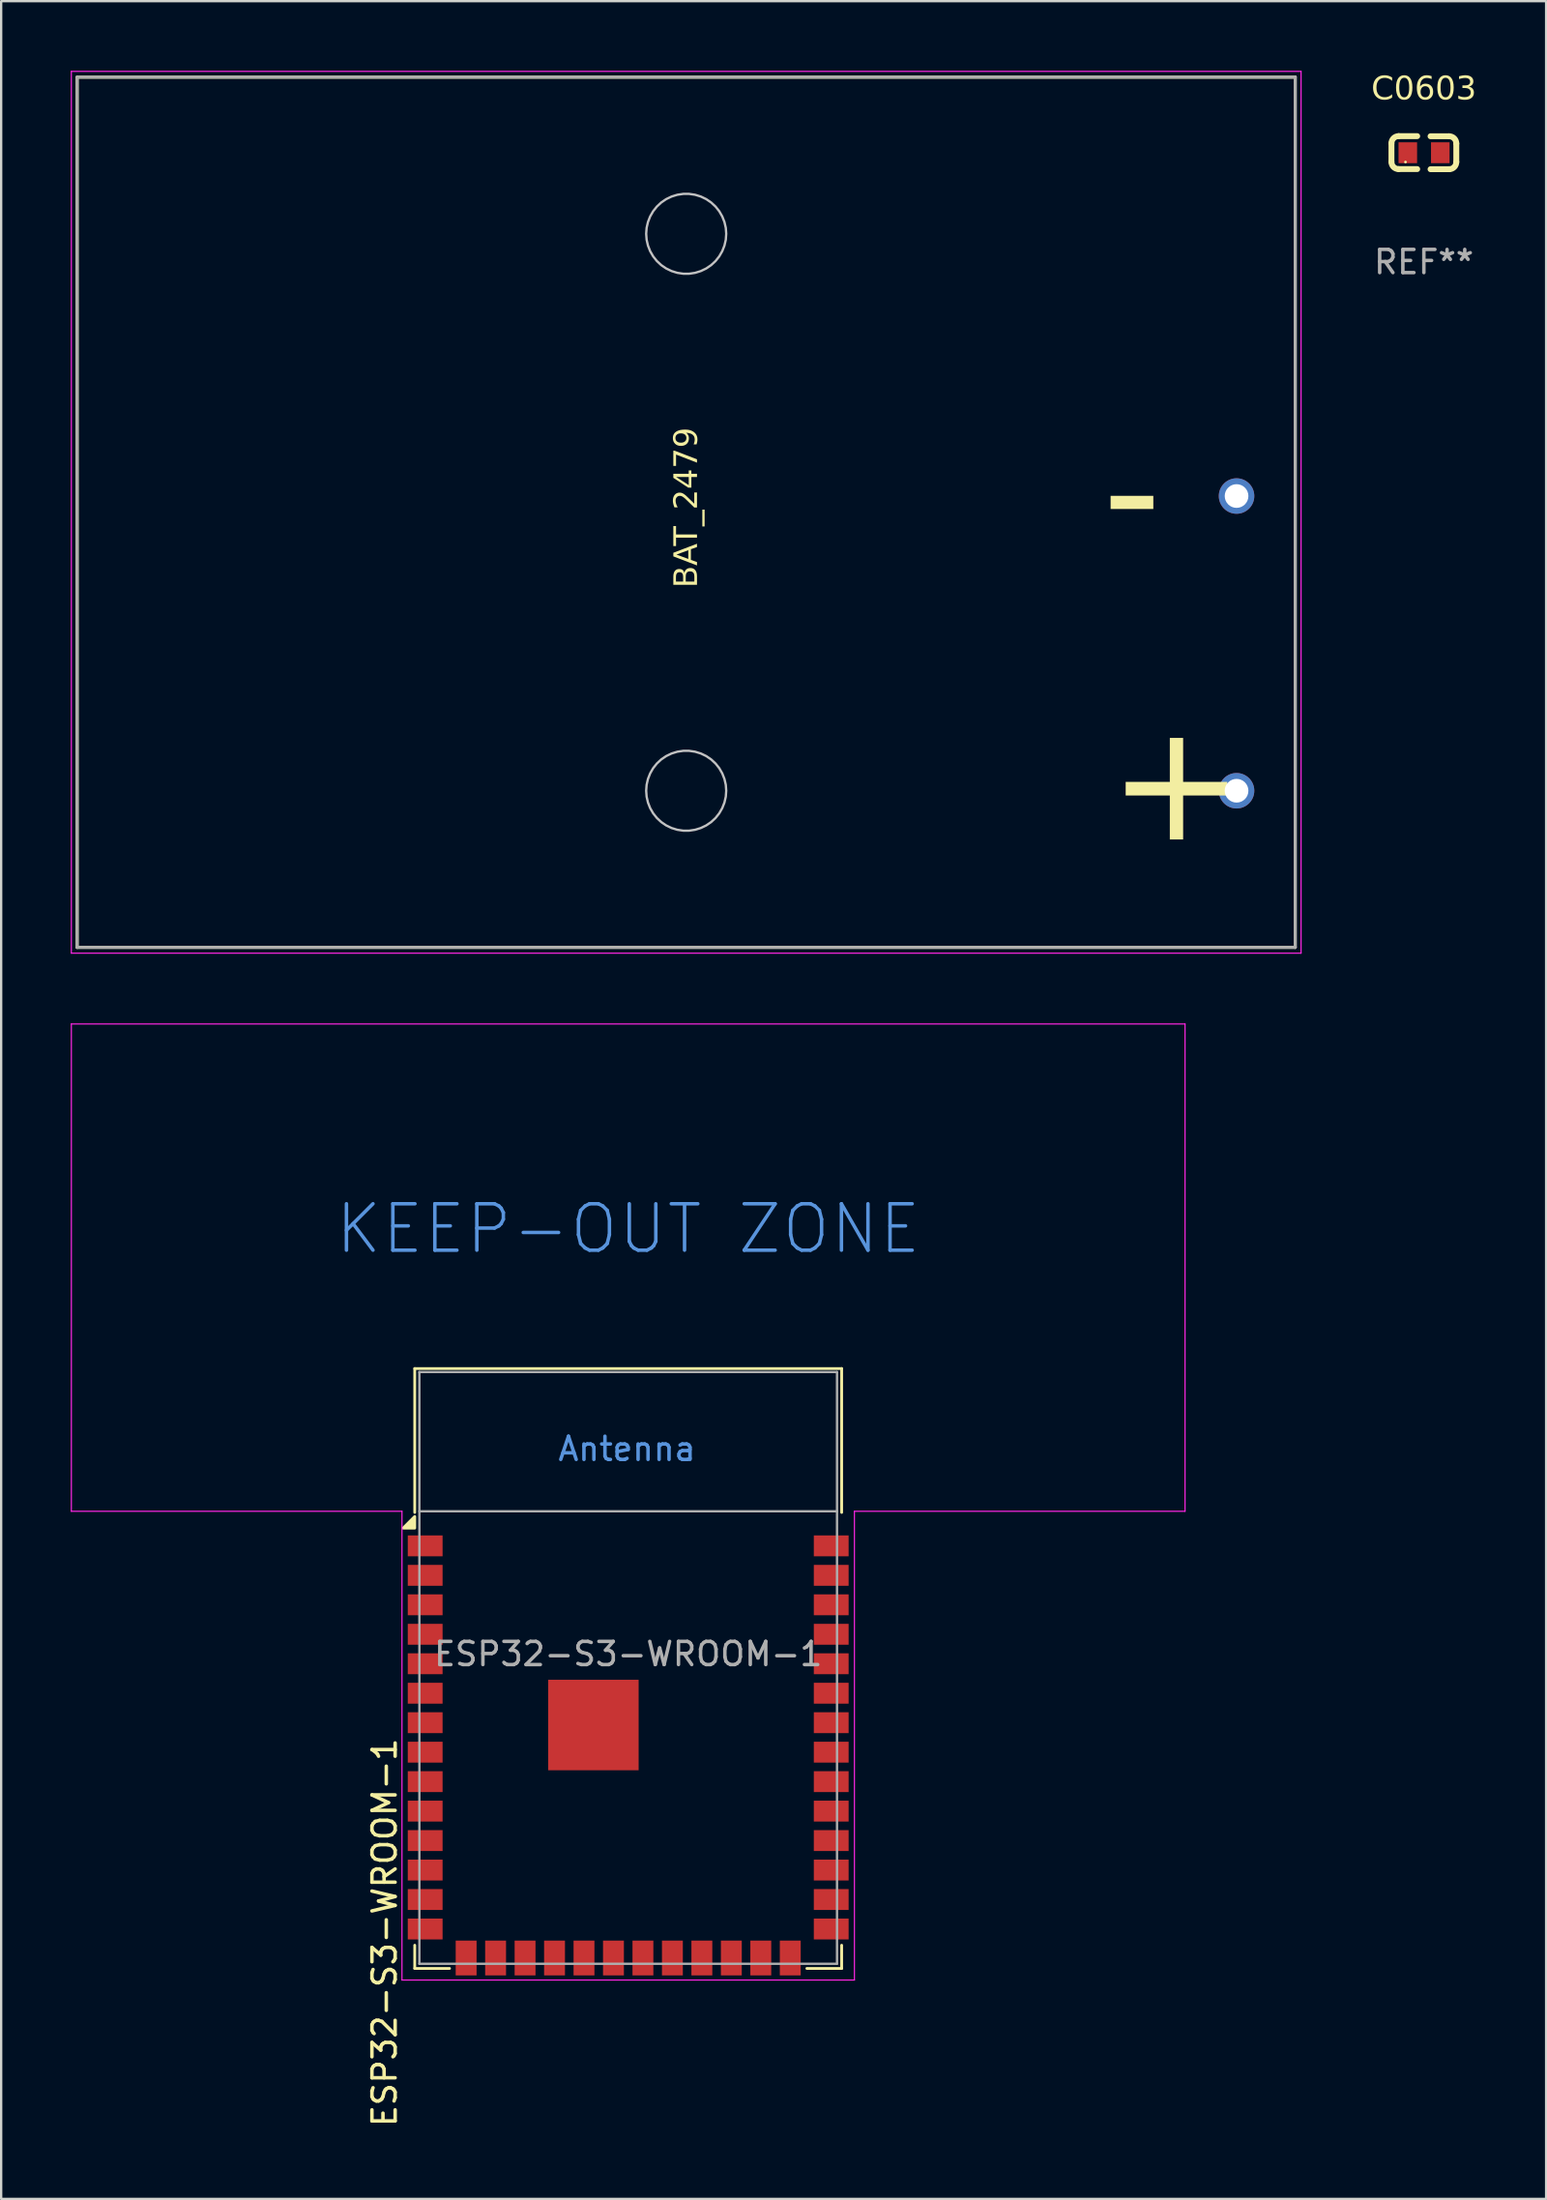
<source format=kicad_pcb>
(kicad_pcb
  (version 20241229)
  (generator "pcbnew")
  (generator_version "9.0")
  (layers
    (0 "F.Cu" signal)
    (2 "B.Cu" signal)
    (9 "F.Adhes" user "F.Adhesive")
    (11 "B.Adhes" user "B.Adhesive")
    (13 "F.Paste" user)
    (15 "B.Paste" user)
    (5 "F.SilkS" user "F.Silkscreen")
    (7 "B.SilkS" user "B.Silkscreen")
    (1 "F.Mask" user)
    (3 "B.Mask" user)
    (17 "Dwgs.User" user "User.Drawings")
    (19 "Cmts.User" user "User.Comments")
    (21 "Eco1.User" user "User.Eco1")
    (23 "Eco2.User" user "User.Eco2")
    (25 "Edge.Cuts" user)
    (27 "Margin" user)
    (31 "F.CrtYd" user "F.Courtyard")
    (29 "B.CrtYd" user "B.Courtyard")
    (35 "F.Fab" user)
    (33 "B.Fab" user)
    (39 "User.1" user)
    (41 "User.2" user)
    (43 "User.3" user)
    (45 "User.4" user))
  (footprint "C0603"
    (layer "F.Cu")
    (at 58.326 3.532)
    (property "Reference" "C0603" (at -0.008 -2.715 0) (layer "F.SilkS") (effects (font (face "Anko Personal Use SemBd") (size 1 1) (thickness 0.15))))
    (attr smd)
    (fp_line (start -1.405 -0.406) (end -1.405 0.394) (stroke (width 0.254) (type solid)) (layer "F.SilkS"))
    (fp_line (start -0.296 -0.715) (end -1.096 -0.715) (stroke (width 0.254) (type solid)) (layer "F.SilkS"))
    (fp_line (start -0.296 0.704) (end -1.096 0.704) (stroke (width 0.254) (type solid)) (layer "F.SilkS"))
    (fp_line (start 0.28 -0.71) (end 1.08 -0.71) (stroke (width 0.254) (type solid)) (layer "F.SilkS"))
    (fp_line (start 0.28 0.71) (end 1.08 0.71) (stroke (width 0.254) (type solid)) (layer "F.SilkS"))
    (fp_line (start 1.39 -0.4) (end 1.39 0.4) (stroke (width 0.254) (type solid)) (layer "F.SilkS"))
    (fp_arc (start -1.405512 -0.405613) (mid -1.314765 -0.624696) (end -1.095682 -0.715443) (stroke (width 0.254001) (type solid)) (layer "F.SilkS"))
    (fp_arc (start -1.095682 0.704216) (mid -1.314773 0.61346) (end -1.405511 0.394362) (stroke (width 0.254001) (type solid)) (layer "F.SilkS"))
    (fp_arc (start 1.080188 -0.709627) (mid 1.29928 -0.618871) (end 1.390018 -0.399772) (stroke (width 0.254001) (type solid)) (layer "F.SilkS"))
    (fp_arc (start 1.390018 0.400203) (mid 1.299271 0.619286) (end 1.080188 0.710033) (stroke (width 0.254001) (type solid)) (layer "F.SilkS"))
    (fp_circle (center -0.8 0.4) (end -0.77 0.4) (stroke (width 0.06) (type solid)) (fill no) (layer "F.SilkS"))
    (fp_text user "REF**" (at -0.008 4.71 0) (layer "F.Fab") (effects (font (size 1 1) (thickness 0.15))))
    (pad "1" smd rect (at -0.7 0) (size 0.8 0.9) (layers "F.Cu" "F.Mask" "F.Paste"))
    (pad "2" smd rect (at 0.7 0) (size 0.8 0.9) (layers "F.Cu" "F.Mask" "F.Paste")))
  (footprint "ESP32-S3-WROOM-1"
    (layer "F.Cu")
    (at 24.025 68.825)
    (property "Reference" "ESP32-S3-WROOM-1" (at -10.5 11.4 90) (unlocked yes) (layer "F.SilkS") (effects (font (size 1 1) (thickness 0.15))))
    (attr smd)
    (fp_line (start -9.2 -12.9) (end -9.2 -6.7) (stroke (width 0.12) (type solid)) (layer "F.SilkS"))
    (fp_line (start -9.2 -12.9) (end 9.2 -12.9) (stroke (width 0.12) (type solid)) (layer "F.SilkS"))
    (fp_line (start -9.2 11.95) (end -9.2 12.95) (stroke (width 0.12) (type solid)) (layer "F.SilkS"))
    (fp_line (start -9.2 12.95) (end -7.7 12.95) (stroke (width 0.12) (type solid)) (layer "F.SilkS"))
    (fp_line (start 9.2 -12.9) (end 9.2 -6.7) (stroke (width 0.12) (type solid)) (layer "F.SilkS"))
    (fp_line (start 9.2 12.95) (end 7.7 12.95) (stroke (width 0.12) (type solid)) (layer "F.SilkS"))
    (fp_line (start 9.2 12.95) (end 9.2 11.95) (stroke (width 0.12) (type solid)) (layer "F.SilkS"))
    (fp_poly (pts (xy -9.2 -6.025) (xy -9.7 -6.025) (xy -9.2 -6.525) (xy -9.2 -6.025)) (stroke (width 0.12) (type solid)) (fill yes) (layer "F.SilkS"))
    (fp_line (start -24 -27.75) (end -24 -6.75) (stroke (width 0.05) (type solid)) (layer "F.CrtYd"))
    (fp_line (start -24 -6.75) (end -9.75 -6.75) (stroke (width 0.05) (type solid)) (layer "F.CrtYd"))
    (fp_line (start -9.75 13.45) (end -9.75 -6.75) (stroke (width 0.05) (type solid)) (layer "F.CrtYd"))
    (fp_line (start -9.75 13.45) (end 9.75 13.45) (stroke (width 0.05) (type solid)) (layer "F.CrtYd"))
    (fp_line (start 9.75 -6.75) (end 9.75 13.45) (stroke (width 0.05) (type solid)) (layer "F.CrtYd"))
    (fp_line (start 9.75 -6.75) (end 24 -6.75) (stroke (width 0.05) (type solid)) (layer "F.CrtYd"))
    (fp_line (start 24 -27.75) (end -24 -27.75) (stroke (width 0.05) (type solid)) (layer "F.CrtYd"))
    (fp_line (start 24 -6.75) (end 24 -27.75) (stroke (width 0.05) (type solid)) (layer "F.CrtYd"))
    (fp_line (start -9 -12.75) (end 9 -12.75) (stroke (width 0.1) (type solid)) (layer "F.Fab"))
    (fp_line (start -9 -6.75) (end 9 -6.75) (stroke (width 0.1) (type solid)) (layer "F.Fab"))
    (fp_line (start -9 12.75) (end -9 -12.75) (stroke (width 0.1) (type solid)) (layer "F.Fab"))
    (fp_line (start -9 12.75) (end 9 12.75) (stroke (width 0.1) (type solid)) (layer "F.Fab"))
    (fp_line (start 9 12.75) (end 9 -12.75) (stroke (width 0.1) (type solid)) (layer "F.Fab"))
    (fp_text user "KEEP-OUT ZONE" (at 0 -18.92 0) (layer "Cmts.User") (effects (font (size 2 2) (thickness 0.15))))
    (fp_text user "Antenna" (at -0.05 -9.44 0) (layer "Cmts.User") (effects (font (size 1 1) (thickness 0.15))))
    (fp_text user "${REFERENCE}" (at 0 -0.6 0) (unlocked yes) (layer "F.Fab") (effects (font (size 1 1) (thickness 0.15))))
    (pad "" smd rect (at -2.9 1.06) (size 0.9 0.9) (layers "F.Paste"))
    (pad "" smd rect (at -2.9 2.46 270) (size 0.9 0.9) (layers "F.Paste"))
    (pad "" smd rect (at -2.9 3.86) (size 0.9 0.9) (layers "F.Paste"))
    (pad "" smd rect (at -1.5 1.06 270) (size 0.9 0.9) (layers "F.Paste"))
    (pad "" smd rect (at -1.5 2.46 270) (size 0.9 0.9) (layers "F.Paste"))
    (pad "" smd rect (at -1.5 3.86 270) (size 0.9 0.9) (layers "F.Paste"))
    (pad "" smd rect (at -0.1 1.06 270) (size 0.9 0.9) (layers "F.Paste"))
    (pad "" smd rect (at -0.1 2.46 270) (size 0.9 0.9) (layers "F.Paste"))
    (pad "" smd rect (at -0.1 3.86 270) (size 0.9 0.9) (layers "F.Paste"))
    (pad "1" smd rect (at -8.75 -5.26) (size 1.5 0.9) (layers "F.Cu" "F.Mask" "F.Paste"))
    (pad "2" smd rect (at -8.75 -3.99) (size 1.5 0.9) (layers "F.Cu" "F.Mask" "F.Paste"))
    (pad "3" smd rect (at -8.75 -2.72) (size 1.5 0.9) (layers "F.Cu" "F.Mask" "F.Paste"))
    (pad "4" smd rect (at -8.75 -1.45) (size 1.5 0.9) (layers "F.Cu" "F.Mask" "F.Paste"))
    (pad "5" smd rect (at -8.75 -0.18) (size 1.5 0.9) (layers "F.Cu" "F.Mask" "F.Paste"))
    (pad "6" smd rect (at -8.75 1.09) (size 1.5 0.9) (layers "F.Cu" "F.Mask" "F.Paste"))
    (pad "7" smd rect (at -8.75 2.36) (size 1.5 0.9) (layers "F.Cu" "F.Mask" "F.Paste"))
    (pad "8" smd rect (at -8.75 3.63) (size 1.5 0.9) (layers "F.Cu" "F.Mask" "F.Paste"))
    (pad "9" smd rect (at -8.75 4.9) (size 1.5 0.9) (layers "F.Cu" "F.Mask" "F.Paste"))
    (pad "10" smd rect (at -8.75 6.17) (size 1.5 0.9) (layers "F.Cu" "F.Mask" "F.Paste"))
    (pad "11" smd rect (at -8.75 7.44) (size 1.5 0.9) (layers "F.Cu" "F.Mask" "F.Paste"))
    (pad "12" smd rect (at -8.75 8.71) (size 1.5 0.9) (layers "F.Cu" "F.Mask" "F.Paste"))
    (pad "13" smd rect (at -8.75 9.98) (size 1.5 0.9) (layers "F.Cu" "F.Mask" "F.Paste"))
    (pad "14" smd rect (at -8.75 11.25 180) (size 1.5 0.9) (layers "F.Cu" "F.Mask" "F.Paste"))
    (pad "15" smd rect (at -6.985 12.5 270) (size 1.5 0.9) (layers "F.Cu" "F.Mask" "F.Paste"))
    (pad "16" smd rect (at -5.715 12.5 270) (size 1.5 0.9) (layers "F.Cu" "F.Mask" "F.Paste"))
    (pad "17" smd rect (at -4.445 12.5 270) (size 1.5 0.9) (layers "F.Cu" "F.Mask" "F.Paste"))
    (pad "18" smd rect (at -3.175 12.5 270) (size 1.5 0.9) (layers "F.Cu" "F.Mask" "F.Paste"))
    (pad "19" smd rect (at -1.905 12.5 270) (size 1.5 0.9) (layers "F.Cu" "F.Mask" "F.Paste"))
    (pad "20" smd rect (at -0.635 12.5 270) (size 1.5 0.9) (layers "F.Cu" "F.Mask" "F.Paste"))
    (pad "21" smd rect (at 0.635 12.5 270) (size 1.5 0.9) (layers "F.Cu" "F.Mask" "F.Paste"))
    (pad "22" smd rect (at 1.905 12.5 270) (size 1.5 0.9) (layers "F.Cu" "F.Mask" "F.Paste"))
    (pad "23" smd rect (at 3.175 12.5 270) (size 1.5 0.9) (layers "F.Cu" "F.Mask" "F.Paste"))
    (pad "24" smd rect (at 4.445 12.5 270) (size 1.5 0.9) (layers "F.Cu" "F.Mask" "F.Paste"))
    (pad "25" smd rect (at 5.715 12.5 270) (size 1.5 0.9) (layers "F.Cu" "F.Mask" "F.Paste"))
    (pad "26" smd rect (at 6.985 12.5 270) (size 1.5 0.9) (layers "F.Cu" "F.Mask" "F.Paste"))
    (pad "27" smd rect (at 8.75 11.25) (size 1.5 0.9) (layers "F.Cu" "F.Mask" "F.Paste"))
    (pad "28" smd rect (at 8.75 9.98) (size 1.5 0.9) (layers "F.Cu" "F.Mask" "F.Paste"))
    (pad "29" smd rect (at 8.75 8.71) (size 1.5 0.9) (layers "F.Cu" "F.Mask" "F.Paste"))
    (pad "30" smd rect (at 8.75 7.44) (size 1.5 0.9) (layers "F.Cu" "F.Mask" "F.Paste"))
    (pad "31" smd rect (at 8.75 6.17) (size 1.5 0.9) (layers "F.Cu" "F.Mask" "F.Paste"))
    (pad "32" smd rect (at 8.75 4.9) (size 1.5 0.9) (layers "F.Cu" "F.Mask" "F.Paste"))
    (pad "33" smd rect (at 8.75 3.63) (size 1.5 0.9) (layers "F.Cu" "F.Mask" "F.Paste"))
    (pad "34" smd rect (at 8.75 2.36) (size 1.5 0.9) (layers "F.Cu" "F.Mask" "F.Paste"))
    (pad "35" smd rect (at 8.75 1.09) (size 1.5 0.9) (layers "F.Cu" "F.Mask" "F.Paste"))
    (pad "36" smd rect (at 8.75 -0.18) (size 1.5 0.9) (layers "F.Cu" "F.Mask" "F.Paste"))
    (pad "37" smd rect (at 8.75 -1.45) (size 1.5 0.9) (layers "F.Cu" "F.Mask" "F.Paste"))
    (pad "38" smd rect (at 8.75 -2.72) (size 1.5 0.9) (layers "F.Cu" "F.Mask" "F.Paste"))
    (pad "39" smd rect (at 8.75 -3.99) (size 1.5 0.9) (layers "F.Cu" "F.Mask" "F.Paste"))
    (pad "40" smd rect (at 8.75 -5.26) (size 1.5 0.9) (layers "F.Cu" "F.Mask" "F.Paste"))
    (pad "41" smd rect (at -1.5 2.46 270) (size 3.9 3.9) (property pad_prop_heatsink) (layers "F.Cu" "F.Mask"))
    (zone (net_name "") (layers "F.Cu" "B.Cu") (hatch full 0.508) (connect_pads) (min_thickness 0.254) (filled_areas_thickness no) (keepout (tracks not_allowed) (vias not_allowed) (pads not_allowed) (copperpour not_allowed) (footprints not_allowed)) (placement (enabled no)) (fill) (polygon (pts (xy 0.025 62.075) (xy 48.025 62.075) (xy 48.025 41.075) (xy 0.025 41.075)))))
  (footprint "BAT_2479"
    (layer "F.Cu")
    (at 26.525 19.025)
    (property "Reference" "BAT_2479" (at 0.05 -0.2 90) (layer "F.SilkS") (effects (font (face "Anko Personal Use SemBd") (size 1 1) (thickness 0.15))))
    (attr through_hole)
    (fp_line (start -26.25 -18.75) (end 26.25 -18.75) (stroke (width 0.127) (type solid)) (layer "F.SilkS"))
    (fp_line (start -26.25 18.75) (end -26.25 -18.75) (stroke (width 0.127) (type solid)) (layer "F.SilkS"))
    (fp_line (start 26.25 -18.75) (end 26.25 18.75) (stroke (width 0.127) (type solid)) (layer "F.SilkS"))
    (fp_line (start 26.25 18.75) (end -26.25 18.75) (stroke (width 0.127) (type solid)) (layer "F.SilkS"))
    (fp_poly (pts (xy 1.725 -12) (xy 1.706 -12.257) (xy 1.648 -12.508) (xy 1.554 -12.748) (xy 1.425 -12.972) (xy 1.265 -13.173) (xy 1.076 -13.349) (xy 0.863 -13.494) (xy 0.63 -13.606) (xy 0.384 -13.682) (xy 0.129 -13.72) (xy -0.129 -13.72) (xy -0.384 -13.682) (xy -0.63 -13.606) (xy -0.863 -13.494) (xy -1.076 -13.349) (xy -1.265 -13.173) (xy -1.425 -12.972) (xy -1.554 -12.748) (xy -1.648 -12.508) (xy -1.706 -12.257) (xy -1.725 -12) (xy -1.706 -11.743) (xy -1.648 -11.492) (xy -1.554 -11.252) (xy -1.425 -11.028) (xy -1.265 -10.827) (xy -1.076 -10.651) (xy -0.863 -10.506) (xy -0.63 -10.394) (xy -0.384 -10.318) (xy -0.129 -10.28) (xy 0.129 -10.28) (xy 0.384 -10.318) (xy 0.63 -10.394) (xy 0.863 -10.506) (xy 1.076 -10.651) (xy 1.265 -10.827) (xy 1.425 -11.028) (xy 1.554 -11.252) (xy 1.648 -11.492) (xy 1.706 -11.743) (xy 1.725 -12)) (stroke (width 0.1) (type solid)) (fill no) (layer "Dwgs.User"))
    (fp_poly (pts (xy 1.725 12) (xy 1.706 11.743) (xy 1.648 11.492) (xy 1.554 11.252) (xy 1.425 11.028) (xy 1.265 10.827) (xy 1.076 10.651) (xy 0.863 10.506) (xy 0.63 10.394) (xy 0.384 10.318) (xy 0.129 10.28) (xy -0.129 10.28) (xy -0.384 10.318) (xy -0.63 10.394) (xy -0.863 10.506) (xy -1.076 10.651) (xy -1.265 10.827) (xy -1.425 11.028) (xy -1.554 11.252) (xy -1.648 11.492) (xy -1.706 11.743) (xy -1.725 12) (xy -1.706 12.257) (xy -1.648 12.508) (xy -1.554 12.748) (xy -1.425 12.972) (xy -1.265 13.173) (xy -1.076 13.349) (xy -0.863 13.494) (xy -0.63 13.606) (xy -0.384 13.682) (xy -0.129 13.72) (xy 0.129 13.72) (xy 0.384 13.682) (xy 0.63 13.606) (xy 0.863 13.494) (xy 1.076 13.349) (xy 1.265 13.173) (xy 1.425 12.972) (xy 1.554 12.748) (xy 1.648 12.508) (xy 1.706 12.257) (xy 1.725 12)) (stroke (width 0.1) (type solid)) (fill no) (layer "Dwgs.User"))
    (fp_line (start -26.5 -19) (end 26.5 -19) (stroke (width 0.05) (type solid)) (layer "F.CrtYd"))
    (fp_line (start -26.5 19) (end -26.5 -19) (stroke (width 0.05) (type solid)) (layer "F.CrtYd"))
    (fp_line (start 26.5 -19) (end 26.5 19) (stroke (width 0.05) (type default)) (layer "F.CrtYd"))
    (fp_line (start 26.5 19) (end -26.5 19) (stroke (width 0.05) (type solid)) (layer "F.CrtYd"))
    (fp_line (start -26.25 -18.75) (end 26.25 -18.75) (stroke (width 0.127) (type solid)) (layer "F.Fab"))
    (fp_line (start -26.25 18.75) (end -26.25 -18.75) (stroke (width 0.127) (type solid)) (layer "F.Fab"))
    (fp_line (start 26.25 -18.75) (end 26.25 18.75) (stroke (width 0.127) (type solid)) (layer "F.Fab"))
    (fp_line (start 26.25 18.75) (end -26.25 18.75) (stroke (width 0.127) (type solid)) (layer "F.Fab"))
    (fp_text user "-" (at 17.95 2.35 0) (unlocked yes) (layer "F.SilkS") (effects (font (face "Anko Personal Use SemBd") (size 5 5) (thickness 0.15)) (justify left bottom)))
    (fp_text user "+" (at 18.2 14.95 0) (unlocked yes) (layer "F.SilkS") (effects (font (face "Anko Personal Use SemBd") (size 5 5) (thickness 0.15)) (justify left bottom)))
    (pad "N" thru_hole circle (at 23.72 -0.7) (size 1.53 1.53) (drill 1.02) (layers "*.Cu" "*.Mask"))
    (pad "P" thru_hole circle (at 23.72 12) (size 1.53 1.53) (drill 1.02) (layers "*.Cu" "*.Mask")))
  (gr_rect
    (start -3 -3)
    (end 63.587 91.707)
    (stroke (width 0.1) (type default))
    (fill no)
    (layer "Edge.Cuts")))
</source>
